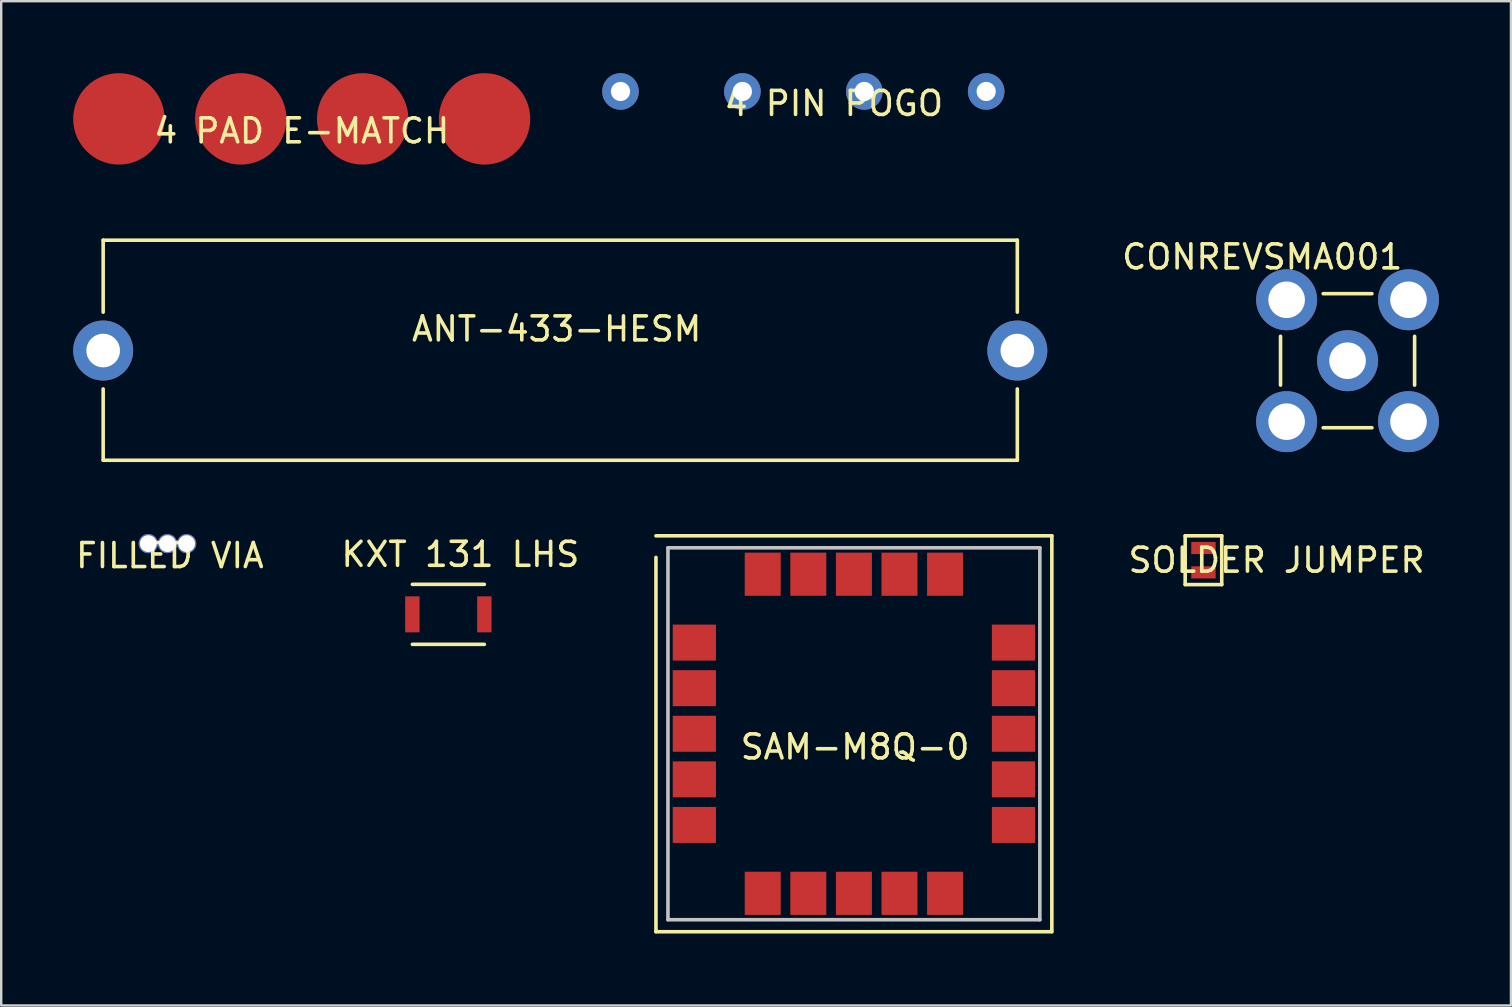
<source format=kicad_pcb>
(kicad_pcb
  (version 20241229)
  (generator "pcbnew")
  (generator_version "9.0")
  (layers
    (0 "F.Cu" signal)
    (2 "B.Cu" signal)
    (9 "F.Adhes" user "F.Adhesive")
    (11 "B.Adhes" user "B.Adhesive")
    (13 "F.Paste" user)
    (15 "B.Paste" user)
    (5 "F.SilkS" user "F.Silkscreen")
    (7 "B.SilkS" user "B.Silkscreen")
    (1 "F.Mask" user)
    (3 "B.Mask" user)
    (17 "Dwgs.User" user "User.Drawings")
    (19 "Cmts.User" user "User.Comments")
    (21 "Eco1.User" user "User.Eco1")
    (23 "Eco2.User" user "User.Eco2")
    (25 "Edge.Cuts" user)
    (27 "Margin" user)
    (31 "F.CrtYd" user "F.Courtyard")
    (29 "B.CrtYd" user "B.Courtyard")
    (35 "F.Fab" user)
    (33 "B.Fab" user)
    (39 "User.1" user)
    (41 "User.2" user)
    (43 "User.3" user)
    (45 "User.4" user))
  (footprint "KXT 131 LHS"
    (layer "F.Cu")
    (at 16.137 19.555)
    (property "Reference" "KXT 131 LHS" (at 0 0.5 0) (layer "F.SilkS") (effects (font (size 1 1) (thickness 0.15))))
    (attr through_hole)
    (fp_line (start -2 1.75) (end 1 1.75) (stroke (width 0.15) (type solid)) (layer "F.SilkS"))
    (fp_line (start -2 4.25) (end 1 4.25) (stroke (width 0.15) (type solid)) (layer "F.SilkS"))
    (pad "1" smd rect (at -2 3) (size 0.6 1.5) (layers "F.Cu" "F.Mask" "F.Paste"))
    (pad "2" smd rect (at 1 3) (size 0.6 1.5) (layers "F.Cu" "F.Mask" "F.Paste")))
  (footprint "FILLED VIA"
    (layer "F.Cu")
    (at 3.93 19.607)
    (property "Reference" "FILLED VIA" (at 0.1 0.5 0) (layer "F.SilkS") (effects (font (size 1 1) (thickness 0.15))))
    (attr through_hole)
    (pad "1" thru_hole circle (at -0.8 0) (size 0.8 0.8) (drill 0.7) (layers "*.Cu"))
    (pad "1" thru_hole circle (at 0 0) (size 0.8 0.8) (drill 0.7) (layers "*.Cu"))
    (pad "1" thru_hole circle (at 0.8 0) (size 0.8 0.8) (drill 0.7) (layers "*.Cu")))
  (footprint "4 PAD E-MATCH"
    (layer "F.Cu")
    (at 9.525 1.905)
    (property "Reference" "4 PAD E-MATCH" (at 0 0.5 0) (layer "F.SilkS") (effects (font (size 1 1) (thickness 0.15))))
    (attr through_hole)
    (pad "1" connect circle (at -7.62 0) (size 3.81 3.81) (layers "F.Cu" "F.Mask"))
    (pad "2" connect circle (at -2.54 0) (size 3.81 3.81) (layers "F.Cu" "F.Mask"))
    (pad "3" connect circle (at 2.54 0) (size 3.81 3.81) (layers "F.Cu" "F.Mask"))
    (pad "4" connect circle (at 7.62 0) (size 3.81 3.81) (layers "F.Cu" "F.Mask")))
  (footprint "CONREVSMA001"
    (layer "F.Cu")
    (at 49.558 7.158)
    (property "Reference" "CONREVSMA001" (at 0 0.5 0) (layer "F.SilkS") (effects (font (size 1 1) (thickness 0.15))))
    (attr through_hole)
    (fp_line (start 0.762 5.842) (end 0.762 3.81) (stroke (width 0.15) (type solid)) (layer "F.SilkS"))
    (fp_line (start 2.54 2.032) (end 4.572 2.032) (stroke (width 0.15) (type solid)) (layer "F.SilkS"))
    (fp_line (start 4.572 7.62) (end 2.54 7.62) (stroke (width 0.15) (type solid)) (layer "F.SilkS"))
    (fp_line (start 6.35 3.81) (end 6.35 5.842) (stroke (width 0.15) (type solid)) (layer "F.SilkS"))
    (pad "1" thru_hole circle (at 3.556 4.826) (size 2.54 2.54) (drill 1.524) (layers "*.Cu" "*.Mask"))
    (pad "2" thru_hole circle (at 1.016 2.286) (size 2.54 2.54) (drill 1.524) (layers "*.Cu" "*.Mask"))
    (pad "2" thru_hole circle (at 1.016 7.366) (size 2.54 2.54) (drill 1.524) (layers "*.Cu" "*.Mask"))
    (pad "2" thru_hole circle (at 6.096 2.286) (size 2.54 2.54) (drill 1.524) (layers "*.Cu" "*.Mask"))
    (pad "2" thru_hole circle (at 6.096 7.366) (size 2.54 2.54) (drill 1.524) (layers "*.Cu" "*.Mask")))
  (footprint "ANT-433-HESM"
    (layer "F.Cu")
    (at 20.35 7.06)
    (property "Reference" "ANT-433-HESM" (at -0.2 3.6 0) (layer "F.SilkS") (effects (font (size 1 1) (thickness 0.15))))
    (attr through_hole)
    (fp_line (start -19.1 -0.1) (end 19 -0.1) (stroke (width 0.15) (type solid)) (layer "F.SilkS"))
    (fp_line (start -19.1 2.9) (end -19.1 -0.1) (stroke (width 0.15) (type solid)) (layer "F.SilkS"))
    (fp_line (start -19.1 9.072) (end -19.1 6.1) (stroke (width 0.15) (type solid)) (layer "F.SilkS"))
    (fp_line (start -19.1 9.072) (end 19 9.072) (stroke (width 0.15) (type solid)) (layer "F.SilkS"))
    (fp_line (start 19 2.9) (end 19 -0.1) (stroke (width 0.15) (type solid)) (layer "F.SilkS"))
    (fp_line (start 19 9.072) (end 19 6.1) (stroke (width 0.15) (type solid)) (layer "F.SilkS"))
    (pad "1" thru_hole circle (at -19.1 4.5) (size 2.5 2.5) (drill 1.4) (layers "*.Cu" "*.Mask"))
    (pad "2" thru_hole circle (at 19 4.5) (size 2.5 2.5) (drill 1.4) (layers "*.Cu" "*.Mask")))
  (footprint "SOLDER JUMPER"
    (layer "F.Cu")
    (at 47.108 20.298)
    (property "Reference" "SOLDER JUMPER" (at 3.048 0 0) (layer "F.SilkS") (effects (font (size 1 1) (thickness 0.15))))
    (attr through_hole)
    (fp_line (start -0.635 -0.127) (end -0.635 0.127) (stroke (width 0.15) (type solid)) (layer "F.Mask"))
    (fp_line (start -0.508 0) (end 0.508 0) (stroke (width 0.15) (type solid)) (layer "F.Mask"))
    (fp_line (start 0.635 -0.127) (end 0.635 0.127) (stroke (width 0.15) (type solid)) (layer "F.Mask"))
    (fp_line (start -0.762 -1.016) (end 0.762 -1.016) (stroke (width 0.15) (type solid)) (layer "F.SilkS"))
    (fp_line (start -0.762 1.016) (end -0.762 -1.016) (stroke (width 0.15) (type solid)) (layer "F.SilkS"))
    (fp_line (start 0.762 -1.016) (end 0.762 1.016) (stroke (width 0.15) (type solid)) (layer "F.SilkS"))
    (fp_line (start 0.762 1.016) (end -0.762 1.016) (stroke (width 0.15) (type solid)) (layer "F.SilkS"))
    (pad "1" smd rect (at 0 -0.508) (size 1.016 0.508) (layers "F.Cu" "F.Mask" "F.Paste"))
    (pad "2" smd rect (at 0 0.508) (size 1.016 0.508) (layers "F.Cu" "F.Mask" "F.Paste")))
  (footprint "SAM-M8Q-0"
    (layer "F.Cu")
    (at 32.589 27.582)
    (property "Reference" "SAM-M8Q-0" (at 0 0.5 0) (layer "F.SilkS") (effects (font (size 1 1) (thickness 0.15))))
    (attr through_hole)
    (fp_line (start -8.3 -8.3) (end 8.2 -8.3) (stroke (width 0.15) (type solid)) (layer "F.SilkS"))
    (fp_line (start -8.3 8.2) (end -8.3 -7.4) (stroke (width 0.15) (type solid)) (layer "F.SilkS"))
    (fp_line (start 8.2 -8.3) (end 8.2 8.2) (stroke (width 0.15) (type solid)) (layer "F.SilkS"))
    (fp_line (start 8.2 8.2) (end -8.3 8.2) (stroke (width 0.15) (type solid)) (layer "F.SilkS"))
    (fp_line (start -7.8 -7.8) (end 7.7 -7.8) (stroke (width 0.15) (type solid)) (layer "Dwgs.User"))
    (fp_line (start -7.8 7.7) (end -7.8 -7.8) (stroke (width 0.15) (type solid)) (layer "Dwgs.User"))
    (fp_line (start 7.7 -7.8) (end 7.7 7.7) (stroke (width 0.15) (type solid)) (layer "Dwgs.User"))
    (fp_line (start 7.7 7.7) (end -7.8 7.7) (stroke (width 0.15) (type solid)) (layer "Dwgs.User"))
    (pad "1" smd rect (at -6.7 -3.85 90) (size 1.5 1.8) (layers "F.Cu" "F.Mask" "F.Paste"))
    (pad "2" smd rect (at -6.7 -1.95 90) (size 1.5 1.8) (layers "F.Cu" "F.Mask" "F.Paste"))
    (pad "3" smd rect (at -6.7 -0.05 90) (size 1.5 1.8) (layers "F.Cu" "F.Mask" "F.Paste"))
    (pad "4" smd rect (at -6.7 1.85 90) (size 1.5 1.8) (layers "F.Cu" "F.Mask" "F.Paste"))
    (pad "5" smd rect (at -6.7 3.75 90) (size 1.5 1.8) (layers "F.Cu" "F.Mask" "F.Paste"))
    (pad "6" smd rect (at -3.85 6.6 180) (size 1.5 1.8) (layers "F.Cu" "F.Mask" "F.Paste"))
    (pad "7" smd rect (at -1.95 6.6 180) (size 1.5 1.8) (layers "F.Cu" "F.Mask" "F.Paste"))
    (pad "8" smd rect (at -0.05 6.6 180) (size 1.5 1.8) (layers "F.Cu" "F.Mask" "F.Paste"))
    (pad "9" smd rect (at 1.85 6.6 180) (size 1.5 1.8) (layers "F.Cu" "F.Mask" "F.Paste"))
    (pad "10" smd rect (at 3.75 6.6 180) (size 1.5 1.8) (layers "F.Cu" "F.Mask" "F.Paste"))
    (pad "11" smd rect (at 6.6 3.75 270) (size 1.5 1.8) (layers "F.Cu" "F.Mask" "F.Paste"))
    (pad "12" smd rect (at 6.6 1.85 270) (size 1.5 1.8) (layers "F.Cu" "F.Mask" "F.Paste"))
    (pad "13" smd rect (at 6.6 -0.05 270) (size 1.5 1.8) (layers "F.Cu" "F.Mask" "F.Paste"))
    (pad "14" smd rect (at 6.6 -1.95 270) (size 1.5 1.8) (layers "F.Cu" "F.Mask" "F.Paste"))
    (pad "15" smd rect (at 6.6 -3.85 270) (size 1.5 1.8) (layers "F.Cu" "F.Mask" "F.Paste"))
    (pad "16" smd rect (at 3.75 -6.7) (size 1.5 1.8) (layers "F.Cu" "F.Mask" "F.Paste"))
    (pad "17" smd rect (at 1.85 -6.7) (size 1.5 1.8) (layers "F.Cu" "F.Mask" "F.Paste"))
    (pad "18" smd rect (at -0.05 -6.7) (size 1.5 1.8) (layers "F.Cu" "F.Mask" "F.Paste"))
    (pad "19" smd rect (at -1.95 -6.7) (size 1.5 1.8) (layers "F.Cu" "F.Mask" "F.Paste"))
    (pad "20" smd rect (at -3.85 -6.7) (size 1.5 1.8) (layers "F.Cu" "F.Mask" "F.Paste")))
  (footprint "4 PIN POGO"
    (layer "F.Cu")
    (at 30.432 0.762)
    (property "Reference" "4 PIN POGO" (at 1.27 0.5 0) (layer "F.SilkS") (effects (font (size 1 1) (thickness 0.15))))
    (attr through_hole)
    (pad "1" thru_hole circle (at -7.62 0) (size 1.524 1.524) (drill 0.8) (layers "*.Cu" "*.Mask"))
    (pad "2" thru_hole circle (at -2.54 0) (size 1.524 1.524) (drill 0.8) (layers "*.Cu" "*.Mask"))
    (pad "3" thru_hole circle (at 2.54 0) (size 1.524 1.524) (drill 0.8) (layers "*.Cu" "*.Mask"))
    (pad "4" thru_hole circle (at 7.62 0) (size 1.524 1.524) (drill 0.8) (layers "*.Cu" "*.Mask")))
  (gr_rect
    (start -3 -3)
    (end 59.924 38.857)
    (stroke (width 0.1) (type default))
    (fill no)
    (layer "Edge.Cuts")))
</source>
